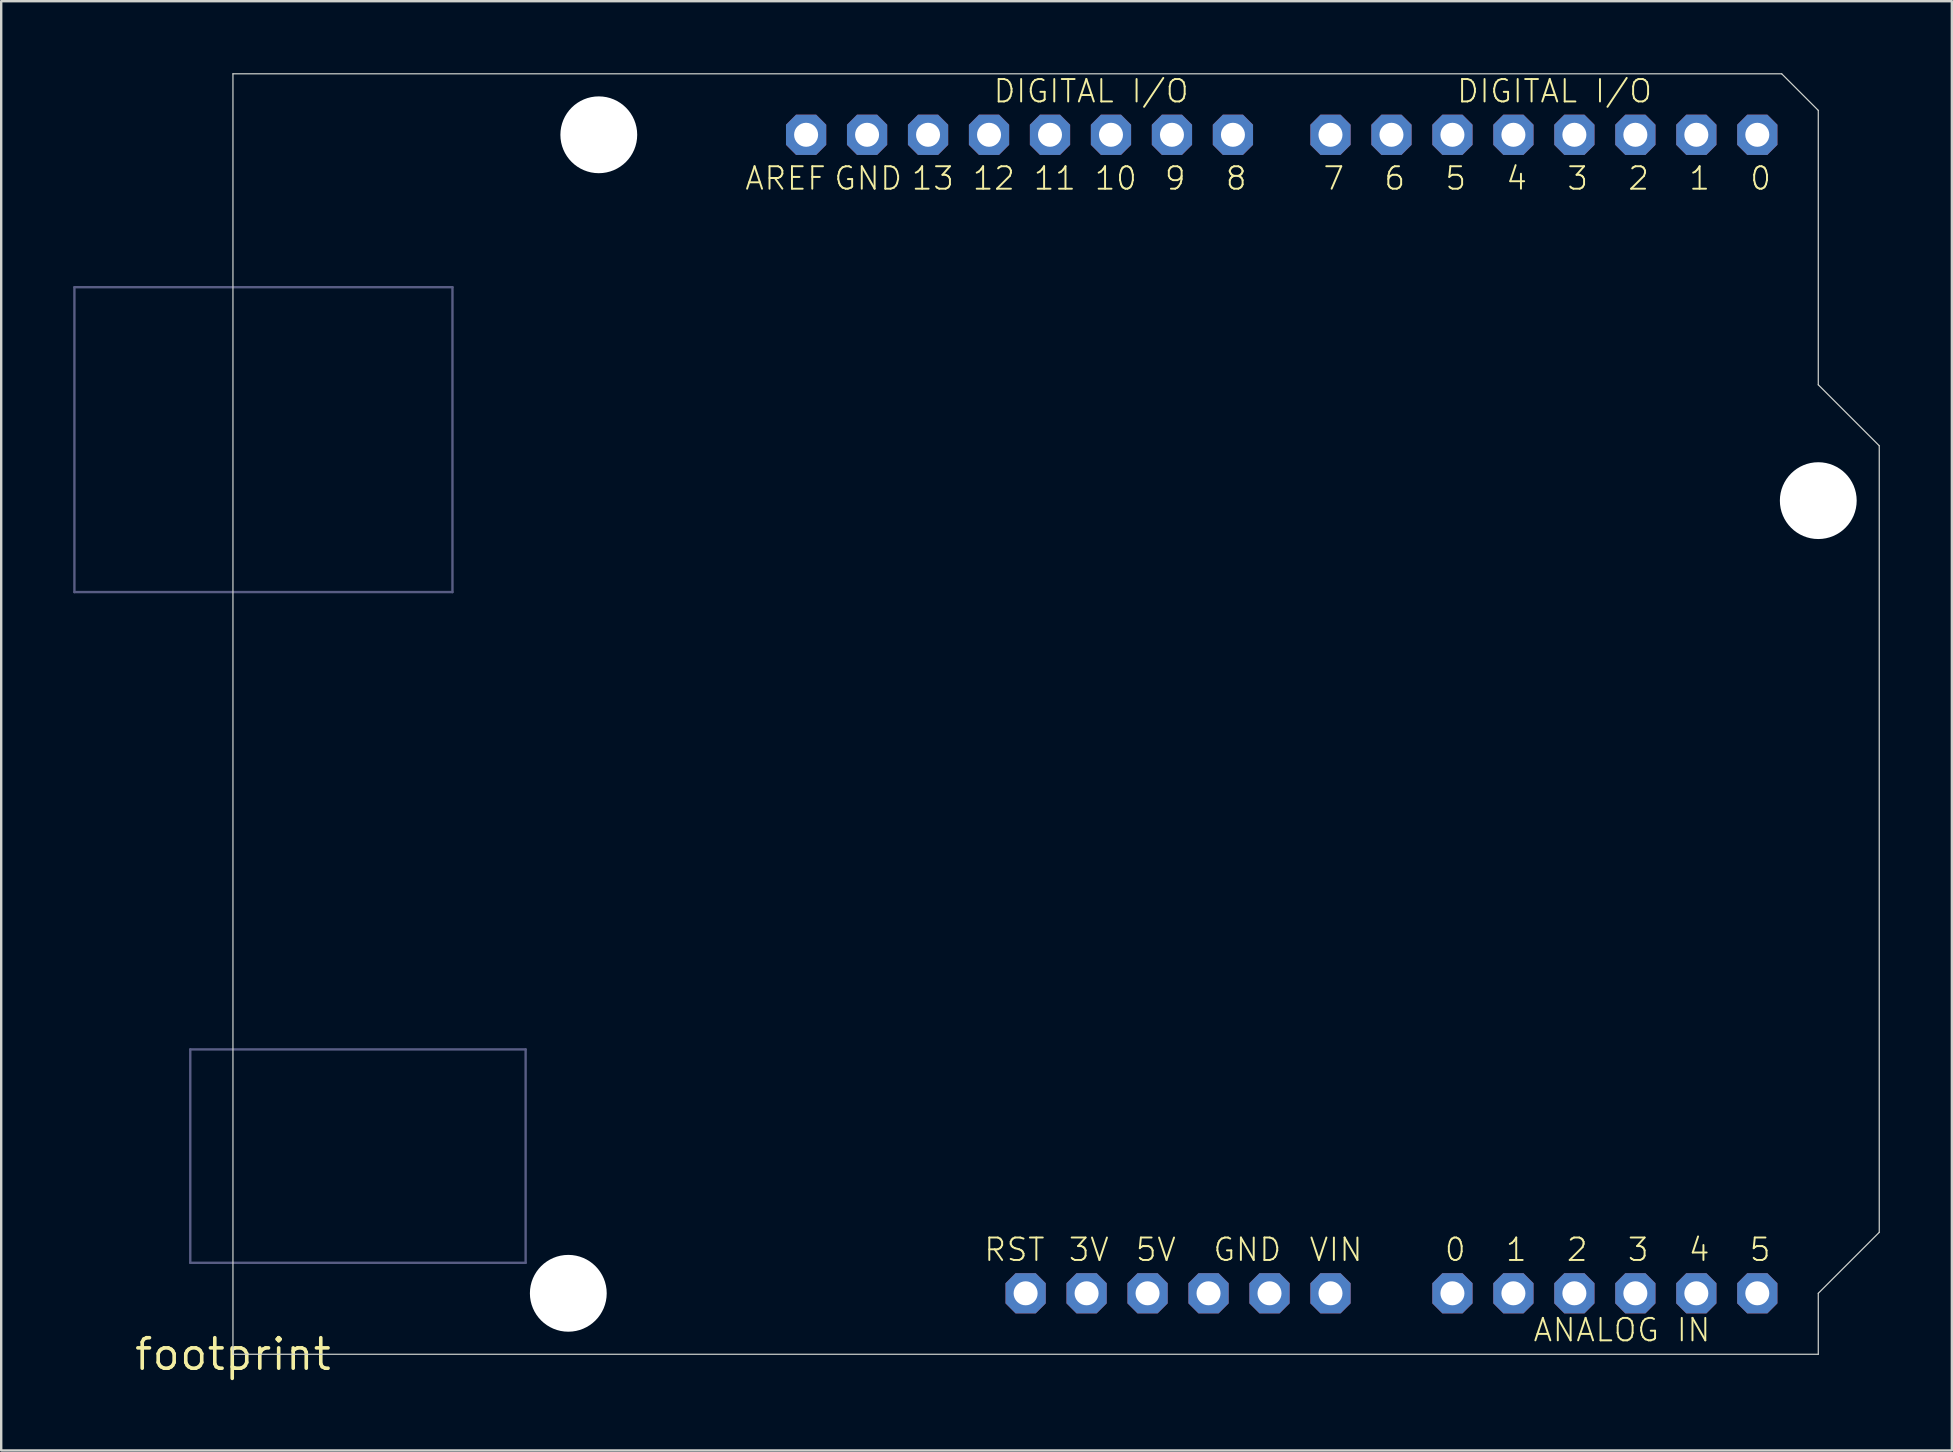
<source format=kicad_pcb>
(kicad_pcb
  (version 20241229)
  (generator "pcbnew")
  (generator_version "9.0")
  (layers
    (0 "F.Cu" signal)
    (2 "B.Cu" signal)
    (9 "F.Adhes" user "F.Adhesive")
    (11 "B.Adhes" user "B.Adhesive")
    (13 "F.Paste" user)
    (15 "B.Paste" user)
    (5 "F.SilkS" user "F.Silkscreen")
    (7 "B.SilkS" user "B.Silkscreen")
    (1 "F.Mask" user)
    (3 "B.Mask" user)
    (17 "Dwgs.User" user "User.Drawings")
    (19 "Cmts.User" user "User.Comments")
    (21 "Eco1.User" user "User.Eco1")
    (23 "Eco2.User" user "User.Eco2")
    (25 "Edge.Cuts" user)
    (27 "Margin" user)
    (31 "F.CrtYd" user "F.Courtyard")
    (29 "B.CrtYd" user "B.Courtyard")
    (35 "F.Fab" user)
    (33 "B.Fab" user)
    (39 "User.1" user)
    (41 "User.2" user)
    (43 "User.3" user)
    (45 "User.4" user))
  (footprint "footprint"
    (layer "F.Cu")
    (at 6.654 53.365)
    (property "Reference" "footprint" (at 0 0 0) (layer "F.SilkS") (effects (font (size 1.27 1.27) (thickness 0.15))))
    (fp_line (start 0 -53.34) (end 0 0) (stroke (width 0.05) (type solid)) (layer "Edge.Cuts"))
    (fp_line (start 0 0) (end 66.04 0) (stroke (width 0.05) (type solid)) (layer "Edge.Cuts"))
    (fp_line (start 64.516 -53.34) (end 0 -53.34) (stroke (width 0.05) (type solid)) (layer "Edge.Cuts"))
    (fp_line (start 66.04 -51.816) (end 64.516 -53.34) (stroke (width 0.05) (type solid)) (layer "Edge.Cuts"))
    (fp_line (start 66.04 -40.386) (end 66.04 -51.816) (stroke (width 0.05) (type solid)) (layer "Edge.Cuts"))
    (fp_line (start 66.04 -2.54) (end 68.58 -5.08) (stroke (width 0.05) (type solid)) (layer "Edge.Cuts"))
    (fp_line (start 66.04 0) (end 66.04 -2.54) (stroke (width 0.05) (type solid)) (layer "Edge.Cuts"))
    (fp_line (start 68.58 -37.846) (end 66.04 -40.386) (stroke (width 0.05) (type solid)) (layer "Edge.Cuts"))
    (fp_line (start 68.58 -5.08) (end 68.58 -37.846) (stroke (width 0.05) (type solid)) (layer "Edge.Cuts"))
    (fp_line (start -6.604 -44.45) (end -6.604 -31.75) (stroke (width 0.1) (type solid)) (layer "B.Fab"))
    (fp_line (start -6.604 -31.75) (end 9.144 -31.75) (stroke (width 0.1) (type solid)) (layer "B.Fab"))
    (fp_line (start -1.778 -12.7) (end -1.778 -3.81) (stroke (width 0.1) (type solid)) (layer "B.Fab"))
    (fp_line (start -1.778 -3.81) (end 12.192 -3.81) (stroke (width 0.1) (type solid)) (layer "B.Fab"))
    (fp_line (start 9.144 -44.45) (end -6.604 -44.45) (stroke (width 0.1) (type solid)) (layer "B.Fab"))
    (fp_line (start 9.144 -31.75) (end 9.144 -44.45) (stroke (width 0.1) (type solid)) (layer "B.Fab"))
    (fp_line (start 12.192 -12.7) (end -1.778 -12.7) (stroke (width 0.1) (type solid)) (layer "B.Fab"))
    (fp_line (start 12.192 -3.81) (end 12.192 -12.7) (stroke (width 0.1) (type solid)) (layer "B.Fab"))
    (fp_text user "2" (at 55.499 -3.81 0) (layer "F.SilkS") (effects (font (size 0.935 0.935) (thickness 0.081)) (justify left bottom)))
    (fp_text user "4" (at 60.579 -3.81 0) (layer "F.SilkS") (effects (font (size 0.935 0.935) (thickness 0.081)) (justify left bottom)))
    (fp_text user "DIGITAL I/O" (at 50.927 -52.07 0) (layer "F.SilkS") (effects (font (size 0.935 0.935) (thickness 0.081)) (justify left bottom)))
    (fp_text user "3V" (at 34.752 -3.81 0) (layer "F.SilkS") (effects (font (size 0.935 0.935) (thickness 0.081)) (justify left bottom)))
    (fp_text user "RST" (at 31.232 -3.81 0) (layer "F.SilkS") (effects (font (size 0.935 0.935) (thickness 0.081)) (justify left bottom)))
    (fp_text user "11" (at 35.179 -49.53 0) (layer "F.SilkS") (effects (font (size 0.935 0.935) (thickness 0.081)) (justify right top)))
    (fp_text user "1" (at 61.595 -49.53 0) (layer "F.SilkS") (effects (font (size 0.935 0.935) (thickness 0.081)) (justify right top)))
    (fp_text user "5" (at 51.435 -49.53 0) (layer "F.SilkS") (effects (font (size 0.935 0.935) (thickness 0.081)) (justify right top)))
    (fp_text user "12" (at 32.639 -49.53 0) (layer "F.SilkS") (effects (font (size 0.935 0.935) (thickness 0.081)) (justify right top)))
    (fp_text user "GND" (at 27.94 -49.53 0) (layer "F.SilkS") (effects (font (size 0.935 0.935) (thickness 0.081)) (justify right top)))
    (fp_text user "1" (at 52.959 -3.81 0) (layer "F.SilkS") (effects (font (size 0.935 0.935) (thickness 0.081)) (justify left bottom)))
    (fp_text user "6" (at 48.895 -49.53 0) (layer "F.SilkS") (effects (font (size 0.935 0.935) (thickness 0.081)) (justify right top)))
    (fp_text user "2" (at 59.055 -49.53 0) (layer "F.SilkS") (effects (font (size 0.935 0.935) (thickness 0.081)) (justify right top)))
    (fp_text user "0" (at 50.419 -3.81 0) (layer "F.SilkS") (effects (font (size 0.935 0.935) (thickness 0.081)) (justify left bottom)))
    (fp_text user "3" (at 56.515 -49.53 0) (layer "F.SilkS") (effects (font (size 0.935 0.935) (thickness 0.081)) (justify right top)))
    (fp_text user "9" (at 39.751 -49.53 0) (layer "F.SilkS") (effects (font (size 0.935 0.935) (thickness 0.081)) (justify right top)))
    (fp_text user "ANALOG IN" (at 54.112 -0.462 0) (layer "F.SilkS") (effects (font (size 0.935 0.935) (thickness 0.081)) (justify left bottom)))
    (fp_text user "7" (at 46.355 -49.53 0) (layer "F.SilkS") (effects (font (size 0.935 0.935) (thickness 0.081)) (justify right top)))
    (fp_text user "DIGITAL I/O" (at 31.623 -52.07 0) (layer "F.SilkS") (effects (font (size 0.935 0.935) (thickness 0.081)) (justify left bottom)))
    (fp_text user "GND" (at 40.777 -3.81 0) (layer "F.SilkS") (effects (font (size 0.935 0.935) (thickness 0.081)) (justify left bottom)))
    (fp_text user "13" (at 30.099 -49.53 0) (layer "F.SilkS") (effects (font (size 0.935 0.935) (thickness 0.081)) (justify right top)))
    (fp_text user "10" (at 37.719 -49.53 0) (layer "F.SilkS") (effects (font (size 0.935 0.935) (thickness 0.081)) (justify right top)))
    (fp_text user "AREF" (at 24.765 -49.53 0) (layer "F.SilkS") (effects (font (size 0.935 0.935) (thickness 0.081)) (justify right top)))
    (fp_text user "5" (at 63.119 -3.81 0) (layer "F.SilkS") (effects (font (size 0.935 0.935) (thickness 0.081)) (justify left bottom)))
    (fp_text user "VIN" (at 44.785 -3.81 0) (layer "F.SilkS") (effects (font (size 0.935 0.935) (thickness 0.081)) (justify left bottom)))
    (fp_text user "8" (at 42.291 -49.53 0) (layer "F.SilkS") (effects (font (size 0.935 0.935) (thickness 0.081)) (justify right top)))
    (fp_text user "0" (at 64.135 -49.53 0) (layer "F.SilkS") (effects (font (size 0.935 0.935) (thickness 0.081)) (justify right top)))
    (fp_text user "3" (at 58.039 -3.81 0) (layer "F.SilkS") (effects (font (size 0.935 0.935) (thickness 0.081)) (justify left bottom)))
    (fp_text user "5V" (at 37.546 -3.81 0) (layer "F.SilkS") (effects (font (size 0.935 0.935) (thickness 0.081)) (justify left bottom)))
    (fp_text user "4" (at 53.975 -49.53 0) (layer "F.SilkS") (effects (font (size 0.935 0.935) (thickness 0.081)) (justify right top)))
    (pad "" np_thru_hole circle (at 13.97 -2.54) (size 3.2 3.2) (drill 3.2) (layers "*.Cu" "*.Mask"))
    (pad "" np_thru_hole circle (at 15.24 -50.8) (size 3.2 3.2) (drill 3.2) (layers "*.Cu" "*.Mask"))
    (pad "" np_thru_hole circle (at 66.04 -35.56) (size 3.2 3.2) (drill 3.2) (layers "*.Cu" "*.Mask"))
    (pad "3V" thru_hole roundrect (at 35.56 -2.54) (size 1.676 1.676) (drill 1) (layers "*.Cu" "*.Mask") (roundrect_rratio 0.25) (chamfer_ratio 0.25) (chamfer top_left top_right bottom_left bottom_right))
    (pad "5V" thru_hole roundrect (at 38.1 -2.54) (size 1.676 1.676) (drill 1) (layers "*.Cu" "*.Mask") (roundrect_rratio 0.25) (chamfer_ratio 0.25) (chamfer top_left top_right bottom_left bottom_right))
    (pad "A0" thru_hole roundrect (at 50.8 -2.54) (size 1.676 1.676) (drill 1) (layers "*.Cu" "*.Mask") (roundrect_rratio 0.25) (chamfer_ratio 0.25) (chamfer top_left top_right bottom_left bottom_right))
    (pad "A1" thru_hole roundrect (at 53.34 -2.54) (size 1.676 1.676) (drill 1) (layers "*.Cu" "*.Mask") (roundrect_rratio 0.25) (chamfer_ratio 0.25) (chamfer top_left top_right bottom_left bottom_right))
    (pad "A2" thru_hole roundrect (at 55.88 -2.54) (size 1.676 1.676) (drill 1) (layers "*.Cu" "*.Mask") (roundrect_rratio 0.25) (chamfer_ratio 0.25) (chamfer top_left top_right bottom_left bottom_right))
    (pad "A3" thru_hole roundrect (at 58.42 -2.54) (size 1.676 1.676) (drill 1) (layers "*.Cu" "*.Mask") (roundrect_rratio 0.25) (chamfer_ratio 0.25) (chamfer top_left top_right bottom_left bottom_right))
    (pad "A4" thru_hole roundrect (at 60.96 -2.54) (size 1.676 1.676) (drill 1) (layers "*.Cu" "*.Mask") (roundrect_rratio 0.25) (chamfer_ratio 0.25) (chamfer top_left top_right bottom_left bottom_right))
    (pad "A5" thru_hole roundrect (at 63.5 -2.54) (size 1.676 1.676) (drill 1) (layers "*.Cu" "*.Mask") (roundrect_rratio 0.25) (chamfer_ratio 0.25) (chamfer top_left top_right bottom_left bottom_right))
    (pad "AREF" thru_hole roundrect (at 23.876 -50.8) (size 1.676 1.676) (drill 1) (layers "*.Cu" "*.Mask") (roundrect_rratio 0.25) (chamfer_ratio 0.25) (chamfer top_left top_right bottom_left bottom_right))
    (pad "D0" thru_hole roundrect (at 63.5 -50.8) (size 1.676 1.676) (drill 1) (layers "*.Cu" "*.Mask") (roundrect_rratio 0.25) (chamfer_ratio 0.25) (chamfer top_left top_right bottom_left bottom_right))
    (pad "D1" thru_hole roundrect (at 60.96 -50.8) (size 1.676 1.676) (drill 1) (layers "*.Cu" "*.Mask") (roundrect_rratio 0.25) (chamfer_ratio 0.25) (chamfer top_left top_right bottom_left bottom_right))
    (pad "D2" thru_hole roundrect (at 58.42 -50.8) (size 1.676 1.676) (drill 1) (layers "*.Cu" "*.Mask") (roundrect_rratio 0.25) (chamfer_ratio 0.25) (chamfer top_left top_right bottom_left bottom_right))
    (pad "D3" thru_hole roundrect (at 55.88 -50.8) (size 1.676 1.676) (drill 1) (layers "*.Cu" "*.Mask") (roundrect_rratio 0.25) (chamfer_ratio 0.25) (chamfer top_left top_right bottom_left bottom_right))
    (pad "D4" thru_hole roundrect (at 53.34 -50.8) (size 1.676 1.676) (drill 1) (layers "*.Cu" "*.Mask") (roundrect_rratio 0.25) (chamfer_ratio 0.25) (chamfer top_left top_right bottom_left bottom_right))
    (pad "D5" thru_hole roundrect (at 50.8 -50.8) (size 1.676 1.676) (drill 1) (layers "*.Cu" "*.Mask") (roundrect_rratio 0.25) (chamfer_ratio 0.25) (chamfer top_left top_right bottom_left bottom_right))
    (pad "D6" thru_hole roundrect (at 48.26 -50.8) (size 1.676 1.676) (drill 1) (layers "*.Cu" "*.Mask") (roundrect_rratio 0.25) (chamfer_ratio 0.25) (chamfer top_left top_right bottom_left bottom_right))
    (pad "D7" thru_hole roundrect (at 45.72 -50.8) (size 1.676 1.676) (drill 1) (layers "*.Cu" "*.Mask") (roundrect_rratio 0.25) (chamfer_ratio 0.25) (chamfer top_left top_right bottom_left bottom_right))
    (pad "D8" thru_hole roundrect (at 41.656 -50.8) (size 1.676 1.676) (drill 1) (layers "*.Cu" "*.Mask") (roundrect_rratio 0.25) (chamfer_ratio 0.25) (chamfer top_left top_right bottom_left bottom_right))
    (pad "D9" thru_hole roundrect (at 39.116 -50.8) (size 1.676 1.676) (drill 1) (layers "*.Cu" "*.Mask") (roundrect_rratio 0.25) (chamfer_ratio 0.25) (chamfer top_left top_right bottom_left bottom_right))
    (pad "D10" thru_hole roundrect (at 36.576 -50.8) (size 1.676 1.676) (drill 1) (layers "*.Cu" "*.Mask") (roundrect_rratio 0.25) (chamfer_ratio 0.25) (chamfer top_left top_right bottom_left bottom_right))
    (pad "D11" thru_hole roundrect (at 34.036 -50.8) (size 1.676 1.676) (drill 1) (layers "*.Cu" "*.Mask") (roundrect_rratio 0.25) (chamfer_ratio 0.25) (chamfer top_left top_right bottom_left bottom_right))
    (pad "D12" thru_hole roundrect (at 31.496 -50.8) (size 1.676 1.676) (drill 1) (layers "*.Cu" "*.Mask") (roundrect_rratio 0.25) (chamfer_ratio 0.25) (chamfer top_left top_right bottom_left bottom_right))
    (pad "D13" thru_hole roundrect (at 28.956 -50.8) (size 1.676 1.676) (drill 1) (layers "*.Cu" "*.Mask") (roundrect_rratio 0.25) (chamfer_ratio 0.25) (chamfer top_left top_right bottom_left bottom_right))
    (pad "GND" thru_hole roundrect (at 26.416 -50.8) (size 1.676 1.676) (drill 1) (layers "*.Cu" "*.Mask") (roundrect_rratio 0.25) (chamfer_ratio 0.25) (chamfer top_left top_right bottom_left bottom_right))
    (pad "GND1" thru_hole roundrect (at 43.18 -2.54) (size 1.676 1.676) (drill 1) (layers "*.Cu" "*.Mask") (roundrect_rratio 0.25) (chamfer_ratio 0.25) (chamfer top_left top_right bottom_left bottom_right))
    (pad "GND2" thru_hole roundrect (at 40.64 -2.54) (size 1.676 1.676) (drill 1) (layers "*.Cu" "*.Mask") (roundrect_rratio 0.25) (chamfer_ratio 0.25) (chamfer top_left top_right bottom_left bottom_right))
    (pad "RESET" thru_hole roundrect (at 33.02 -2.54) (size 1.676 1.676) (drill 1) (layers "*.Cu" "*.Mask") (roundrect_rratio 0.25) (chamfer_ratio 0.25) (chamfer top_left top_right bottom_left bottom_right))
    (pad "VIN" thru_hole roundrect (at 45.72 -2.54) (size 1.676 1.676) (drill 1) (layers "*.Cu" "*.Mask") (roundrect_rratio 0.25) (chamfer_ratio 0.25) (chamfer top_left top_right bottom_left bottom_right)))
  (gr_rect
    (start -3 -3)
    (end 78.259 57.371)
    (stroke (width 0.1) (type default))
    (fill no)
    (layer "Edge.Cuts")))
</source>
